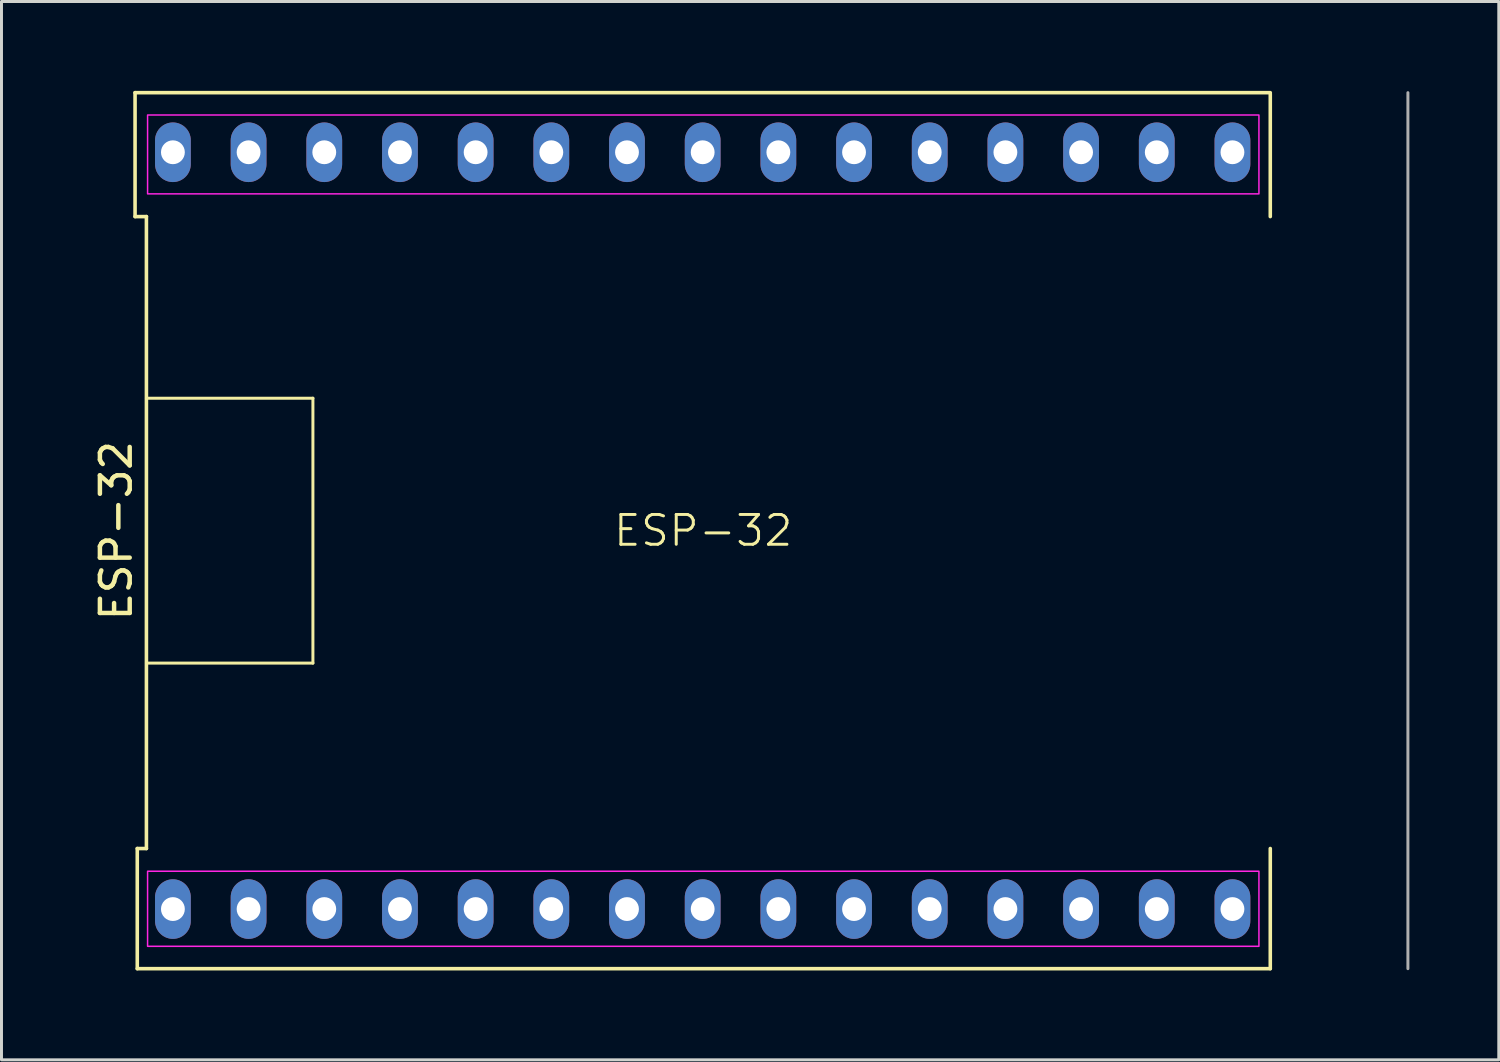
<source format=kicad_pcb>
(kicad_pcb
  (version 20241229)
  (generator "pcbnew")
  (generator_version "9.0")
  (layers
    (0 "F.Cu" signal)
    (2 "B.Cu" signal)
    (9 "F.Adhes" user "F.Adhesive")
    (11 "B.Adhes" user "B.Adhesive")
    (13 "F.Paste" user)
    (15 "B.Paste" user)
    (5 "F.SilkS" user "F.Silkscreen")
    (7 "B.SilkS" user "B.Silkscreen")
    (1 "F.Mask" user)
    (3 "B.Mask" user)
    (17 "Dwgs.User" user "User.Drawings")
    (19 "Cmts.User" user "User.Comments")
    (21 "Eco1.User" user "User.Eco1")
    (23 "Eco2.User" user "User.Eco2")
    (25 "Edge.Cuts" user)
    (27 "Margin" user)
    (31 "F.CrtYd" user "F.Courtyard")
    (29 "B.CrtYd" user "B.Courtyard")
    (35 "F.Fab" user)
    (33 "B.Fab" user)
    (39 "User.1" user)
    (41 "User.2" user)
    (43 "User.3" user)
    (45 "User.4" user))
  (footprint "ESP-32"
    (layer "F.Cu")
    (at 20.533 14.76)
    (property "Reference" "ESP-32" (at -19.685 0 90) (layer "F.SilkS") (effects (font (size 1 1) (thickness 0.15))))
    (attr through_hole)
    (fp_line (start -19.05 -14.7) (end -19.05 -10.541) (stroke (width 0.12) (type default)) (layer "F.SilkS"))
    (fp_line (start -19.05 -10.541) (end -18.669 -10.541) (stroke (width 0.12) (type default)) (layer "F.SilkS"))
    (fp_line (start -18.976 10.668) (end -18.976 14.7) (stroke (width 0.12) (type default)) (layer "F.SilkS"))
    (fp_line (start -18.976 14.7) (end 19.05 14.7) (stroke (width 0.12) (type default)) (layer "F.SilkS"))
    (fp_line (start -18.669 -10.541) (end -18.669 10.668) (stroke (width 0.12) (type default)) (layer "F.SilkS"))
    (fp_line (start -18.669 4.445) (end -13.081 4.445) (stroke (width 0.1) (type default)) (layer "F.SilkS"))
    (fp_line (start -18.669 10.668) (end -18.976 10.668) (stroke (width 0.12) (type default)) (layer "F.SilkS"))
    (fp_line (start -13.081 -4.445) (end -18.669 -4.445) (stroke (width 0.1) (type default)) (layer "F.SilkS"))
    (fp_line (start -13.081 4.445) (end -13.081 -4.445) (stroke (width 0.1) (type default)) (layer "F.SilkS"))
    (fp_line (start 19.05 -14.7) (end -19.05 -14.7) (stroke (width 0.12) (type default)) (layer "F.SilkS"))
    (fp_line (start 19.05 -10.541) (end 19.05 -14.668) (stroke (width 0.12) (type default)) (layer "F.SilkS"))
    (fp_line (start 19.05 10.668) (end 19.05 14.7) (stroke (width 0.12) (type default)) (layer "F.SilkS"))
    (fp_rect (start -18.63 -13.95) (end 18.669 -11.303) (stroke (width 0.05) (type default)) (fill no) (layer "F.CrtYd"))
    (fp_rect (start -18.63 13.95) (end 18.669 11.43) (stroke (width 0.05) (type default)) (fill no) (layer "F.CrtYd"))
    (fp_line (start 23.669 -14.7) (end 23.669 14.7) (stroke (width 0.1) (type default)) (layer "F.Fab"))
    (fp_text user "ESP-32" (at -3.048 0.584 0) (unlocked yes) (layer "F.SilkS") (effects (font (size 1 1) (thickness 0.1)) (justify left bottom)))
    (pad "1" thru_hole oval (at -17.78 12.7) (size 1.2 2) (drill 0.8) (layers "*.Cu" "*.Mask"))
    (pad "2" thru_hole oval (at -15.24 12.7) (size 1.2 2) (drill 0.8) (layers "*.Cu" "*.Mask"))
    (pad "3" thru_hole oval (at -12.7 12.7) (size 1.2 2) (drill 0.8) (layers "*.Cu" "*.Mask"))
    (pad "4" thru_hole oval (at -10.16 12.7) (size 1.2 2) (drill 0.8) (layers "*.Cu" "*.Mask"))
    (pad "5" thru_hole oval (at -7.62 12.7) (size 1.2 2) (drill 0.8) (layers "*.Cu" "*.Mask"))
    (pad "6" thru_hole oval (at -5.08 12.7) (size 1.2 2) (drill 0.8) (layers "*.Cu" "*.Mask"))
    (pad "7" thru_hole oval (at -2.54 12.7) (size 1.2 2) (drill 0.8) (layers "*.Cu" "*.Mask"))
    (pad "8" thru_hole oval (at 0 12.7) (size 1.2 2) (drill 0.8) (layers "*.Cu" "*.Mask"))
    (pad "9" thru_hole oval (at 2.54 12.7) (size 1.2 2) (drill 0.8) (layers "*.Cu" "*.Mask"))
    (pad "10" thru_hole oval (at 5.08 12.7) (size 1.2 2) (drill 0.8) (layers "*.Cu" "*.Mask"))
    (pad "11" thru_hole oval (at 7.62 12.7) (size 1.2 2) (drill 0.8) (layers "*.Cu" "*.Mask"))
    (pad "12" thru_hole oval (at 10.16 12.7) (size 1.2 2) (drill 0.8) (layers "*.Cu" "*.Mask"))
    (pad "13" thru_hole oval (at 12.7 12.7) (size 1.2 2) (drill 0.8) (layers "*.Cu" "*.Mask"))
    (pad "14" thru_hole oval (at 15.24 12.7) (size 1.2 2) (drill 0.8) (layers "*.Cu" "*.Mask"))
    (pad "15" thru_hole oval (at 17.78 12.7) (size 1.2 2) (drill 0.8) (layers "*.Cu" "*.Mask"))
    (pad "16" thru_hole oval (at 17.78 -12.7) (size 1.2 2) (drill 0.8) (layers "*.Cu" "*.Mask"))
    (pad "17" thru_hole oval (at 15.24 -12.7) (size 1.2 2) (drill 0.8) (layers "*.Cu" "*.Mask"))
    (pad "18" thru_hole oval (at 12.7 -12.7) (size 1.2 2) (drill 0.8) (layers "*.Cu" "*.Mask"))
    (pad "19" thru_hole oval (at 10.16 -12.7) (size 1.2 2) (drill 0.8) (layers "*.Cu" "*.Mask"))
    (pad "20" thru_hole oval (at 7.62 -12.7) (size 1.2 2) (drill 0.8) (layers "*.Cu" "*.Mask"))
    (pad "21" thru_hole oval (at 5.08 -12.7) (size 1.2 2) (drill 0.8) (layers "*.Cu" "*.Mask"))
    (pad "22" thru_hole oval (at 2.54 -12.7) (size 1.2 2) (drill 0.8) (layers "*.Cu" "*.Mask"))
    (pad "23" thru_hole oval (at 0 -12.7) (size 1.2 2) (drill 0.8) (layers "*.Cu" "*.Mask"))
    (pad "24" thru_hole oval (at -2.54 -12.7) (size 1.2 2) (drill 0.8) (layers "*.Cu" "*.Mask"))
    (pad "25" thru_hole oval (at -5.08 -12.7) (size 1.2 2) (drill 0.8) (layers "*.Cu" "*.Mask"))
    (pad "26" thru_hole oval (at -7.62 -12.7) (size 1.2 2) (drill 0.8) (layers "*.Cu" "*.Mask"))
    (pad "27" thru_hole oval (at -10.16 -12.7) (size 1.2 2) (drill 0.8) (layers "*.Cu" "*.Mask"))
    (pad "28" thru_hole oval (at -12.7 -12.7) (size 1.2 2) (drill 0.8) (layers "*.Cu" "*.Mask"))
    (pad "29" thru_hole oval (at -15.24 -12.7) (size 1.2 2) (drill 0.8) (layers "*.Cu" "*.Mask"))
    (pad "30" thru_hole oval (at -17.78 -12.7) (size 1.2 2) (drill 0.8) (layers "*.Cu" "*.Mask")))
  (gr_rect
    (start -3 -3)
    (end 47.252 32.52)
    (stroke (width 0.1) (type default))
    (fill no)
    (layer "Edge.Cuts")))
</source>
